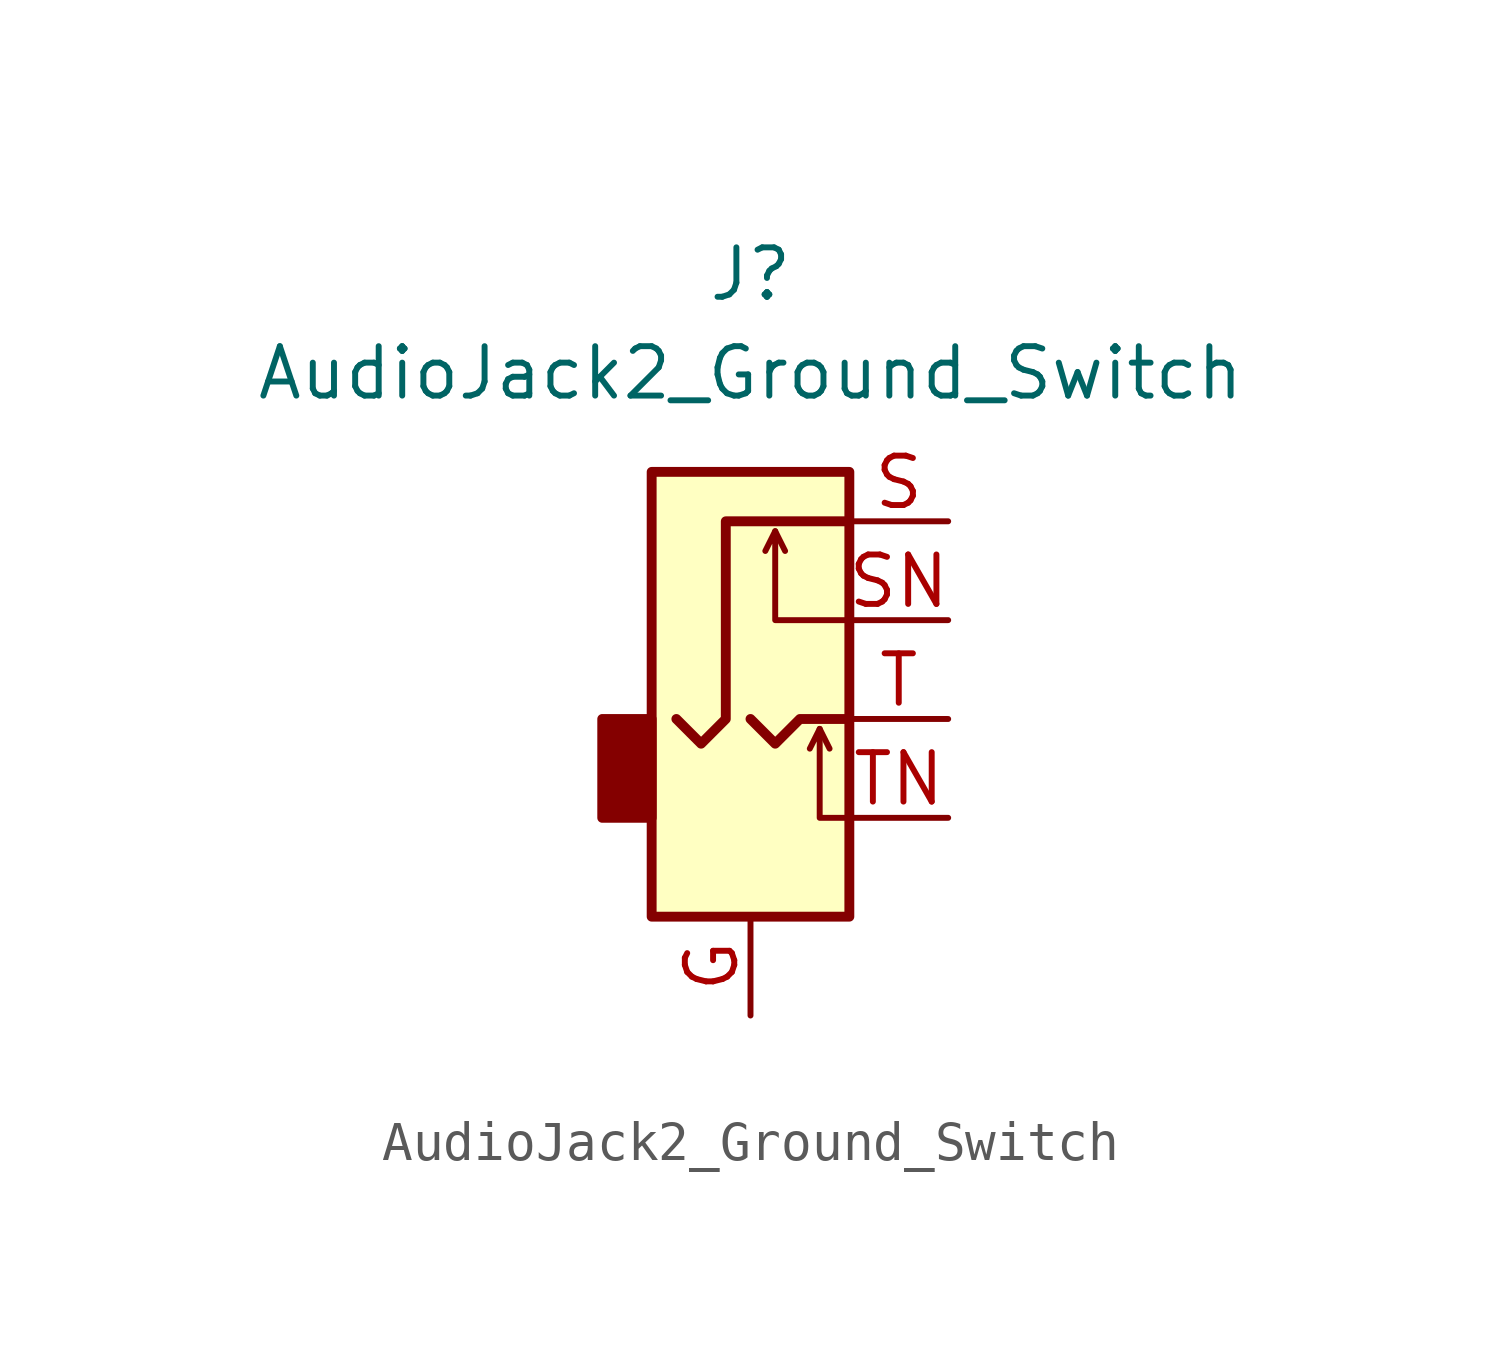
<source format=kicad_sym>
(kicad_symbol_lib
  (version 20231120)
  (generator "kicad_symbol_editor")
  (generator_version "8.0")
  (symbol "AudioJack2_Ground_Switch"
    (property "Reference" "J"
      (at 0 11.43 0)
      (effects (font (size 1.27 1.27))))
    (property "Value" "AudioJack2_Ground_Switch"
      (at 0 8.89 0)
      (effects (font (size 1.27 1.27))))
    (symbol "AudioJack2_Ground_Switch_0_1"
      (rectangle (start -2.54 -2.54) (end -3.81 0) (stroke (width 0.254) (type default)) (fill (type outline)))
      (rectangle (start 2.54 6.35) (end -2.54 -5.08) (stroke (width 0.254) (type default)) (fill (type background))))
    (symbol "AudioJack2_Ground_Switch_1_1"
      (polyline (pts (xy 0.635 4.826) (xy 0.889 4.318)) (stroke (width 0) (type default)) (fill (type none)))
      (polyline (pts (xy 1.778 -0.254) (xy 2.032 -0.762)) (stroke (width 0) (type default)) (fill (type none)))
      (polyline (pts (xy 0 0) (xy 0.635 -0.635) (xy 1.27 0) (xy 2.54 0)) (stroke (width 0.254) (type default)) (fill (type none)))
      (polyline (pts (xy 2.54 -2.54) (xy 1.778 -2.54) (xy 1.778 -0.254) (xy 1.524 -0.762)) (stroke (width 0) (type default)) (fill (type none)))
      (polyline (pts (xy 2.54 2.54) (xy 0.635 2.54) (xy 0.635 4.826) (xy 0.381 4.318)) (stroke (width 0) (type default)) (fill (type none)))
      (polyline (pts (xy 2.54 5.08) (xy -0.635 5.08) (xy -0.635 0) (xy -1.27 -0.635) (xy -1.905 0)) (stroke (width 0.254) (type default)) (fill (type none)))
      (pin passive line (at 0 -7.62 90) (length 2.54) (name "~" (effects (font (size 1.27 1.27)))) (number "G" (effects (font (size 1.27 1.27)))))
      (pin passive line (at 5.08 5.08 180) (length 2.54) (name "~" (effects (font (size 1.27 1.27)))) (number "S" (effects (font (size 1.27 1.27)))))
      (pin passive line (at 5.08 2.54 180) (length 2.54) (name "~" (effects (font (size 1.27 1.27)))) (number "SN" (effects (font (size 1.27 1.27)))))
      (pin passive line (at 5.08 0 180) (length 2.54) (name "~" (effects (font (size 1.27 1.27)))) (number "T" (effects (font (size 1.27 1.27)))))
      (pin passive line (at 5.08 -2.54 180) (length 2.54) (name "~" (effects (font (size 1.27 1.27)))) (number "TN" (effects (font (size 1.27 1.27))))))))
</source>
